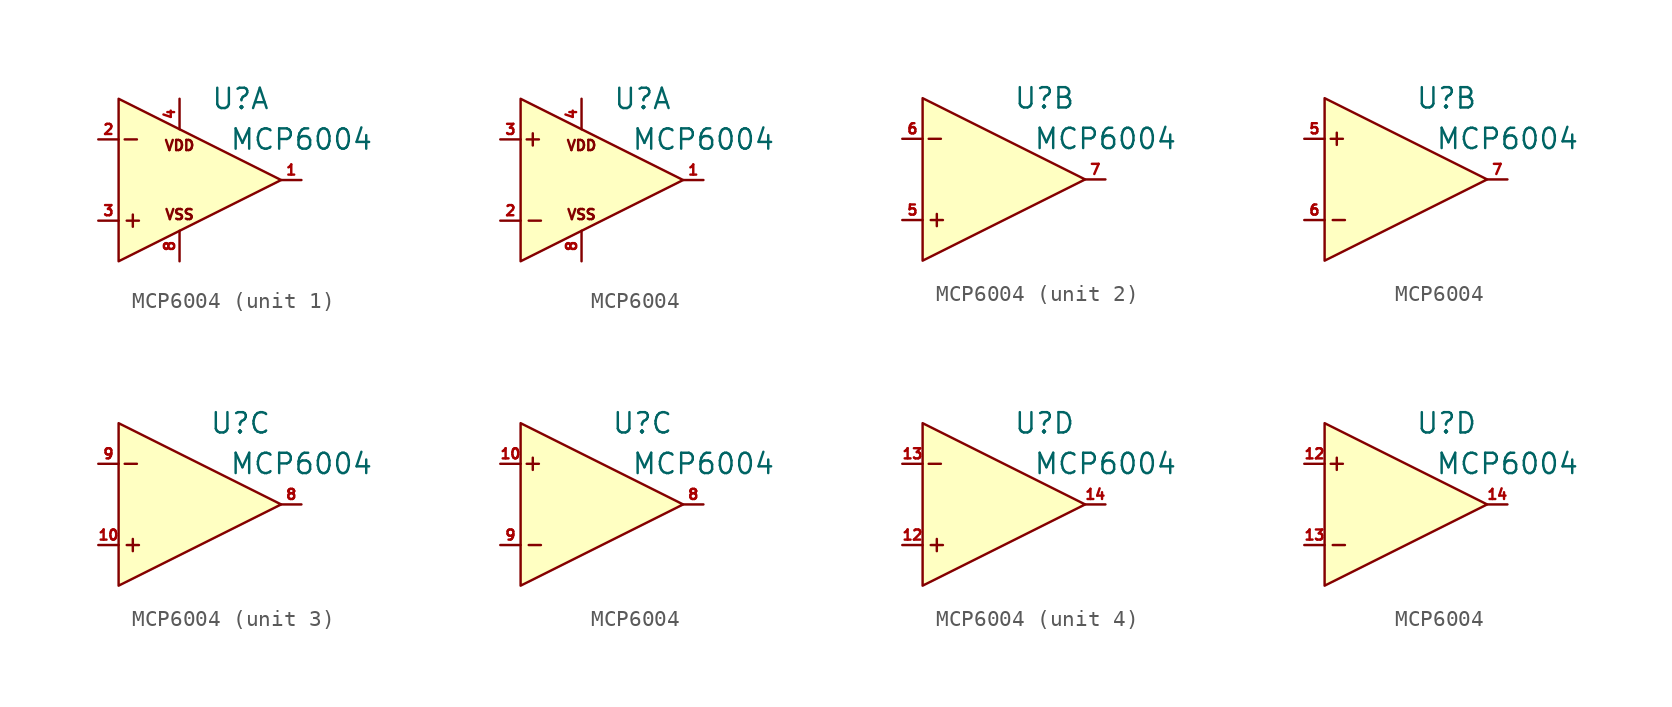
<source format=kicad_sym>
(kicad_symbol_lib
  (version 20231120)
  (generator "kicad_symbol_editor")
  (generator_version "8.0")
  (symbol "MCP6004"
    (pin_names
      (offset 0) hide)
    (property "Reference" "U"
      (at 3.81 5.08 0)
      (effects (font (size 1.27 1.27))))
    (property "Value" "MCP6004"
      (at 7.62 2.54 0)
      (effects (font (size 1.27 1.27))))
    (property "ki_locked" ""
      (at 0 0 0)
      (effects (font (size 1.27 1.27))))
    (symbol "MCP6004_0_0"
      (polyline (pts (xy -3.429 2.54) (xy -2.667 2.54)) (stroke (width 0) (type default)) (fill (type none)))
      (polyline (pts (xy -3.302 -2.54) (xy -2.54 -2.54)) (stroke (width 0) (type default)) (fill (type none)))
      (polyline (pts (xy -3.81 5.08) (xy -3.81 -5.08) (xy 6.35 0) (xy -3.81 5.08)) (stroke (width 0) (type default)) (fill (type background))))
    (symbol "MCP6004_0_1"
      (polyline (pts (xy -2.921 -2.159) (xy -2.921 -2.921)) (stroke (width 0) (type default)) (fill (type none))))
    (symbol "MCP6004_0_2"
      (polyline (pts (xy -3.048 2.159) (xy -3.048 2.921)) (stroke (width 0) (type default)) (fill (type none))))
    (symbol "MCP6004_1_0"
      (text "VDD" (at 0 2.159 0) (effects (font (size 0.635 0.635))))
      (text "VSS" (at 0 -2.159 0) (effects (font (size 0.635 0.635)))))
    (symbol "MCP6004_1_1"
      (pin passive line (at 7.62 0 180) (length 1.27) (name "" (effects (font (size 1.27 1.27)))) (number "1" (effects (font (size 0.635 0.635)))))
      (pin passive line (at -5.08 2.54 0) (length 1.27) (name "" (effects (font (size 1.27 1.27)))) (number "2" (effects (font (size 0.635 0.635)))))
      (pin passive line (at -5.08 -2.54 0) (length 1.27) (name "" (effects (font (size 1.27 1.27)))) (number "3" (effects (font (size 0.635 0.635)))))
      (pin power_in line (at 0 5.08 270) (length 1.905) (name "VDD" (effects (font (size 1.27 1.27)))) (number "4" (effects (font (size 0.635 0.635)))))
      (pin power_in line (at 0 -5.08 90) (length 1.905) (name "VSS" (effects (font (size 1.27 1.27)))) (number "8" (effects (font (size 0.635 0.635))))))
    (symbol "MCP6004_1_2"
      (pin passive line (at 7.62 0 180) (length 1.27) (name "" (effects (font (size 1.27 1.27)))) (number "1" (effects (font (size 0.635 0.635)))))
      (pin passive line (at -5.08 -2.54 0) (length 1.27) (name "" (effects (font (size 1.27 1.27)))) (number "2" (effects (font (size 0.635 0.635)))))
      (pin passive line (at -5.08 2.54 0) (length 1.27) (name "" (effects (font (size 1.27 1.27)))) (number "3" (effects (font (size 0.635 0.635)))))
      (pin power_in line (at 0 5.08 270) (length 1.905) (name "VDD" (effects (font (size 1.27 1.27)))) (number "4" (effects (font (size 0.635 0.635)))))
      (pin power_in line (at 0 -5.08 90) (length 1.905) (name "VSS" (effects (font (size 1.27 1.27)))) (number "8" (effects (font (size 0.635 0.635))))))
    (symbol "MCP6004_2_1"
      (pin passive line (at -5.08 -2.54 0) (length 1.27) (name "" (effects (font (size 1.27 1.27)))) (number "5" (effects (font (size 0.635 0.635)))))
      (pin passive line (at -5.08 2.54 0) (length 1.27) (name "" (effects (font (size 1.27 1.27)))) (number "6" (effects (font (size 0.635 0.635)))))
      (pin passive line (at 7.62 0 180) (length 1.27) (name "" (effects (font (size 1.27 1.27)))) (number "7" (effects (font (size 0.635 0.635))))))
    (symbol "MCP6004_2_2"
      (pin passive line (at -5.08 2.54 0) (length 1.27) (name "" (effects (font (size 1.27 1.27)))) (number "5" (effects (font (size 0.635 0.635)))))
      (pin passive line (at -5.08 -2.54 0) (length 1.27) (name "" (effects (font (size 1.27 1.27)))) (number "6" (effects (font (size 0.635 0.635)))))
      (pin passive line (at 7.62 0 180) (length 1.27) (name "" (effects (font (size 1.27 1.27)))) (number "7" (effects (font (size 0.635 0.635))))))
    (symbol "MCP6004_3_1"
      (pin passive line (at -5.08 -2.54 0) (length 1.27) (name "" (effects (font (size 1.27 1.27)))) (number "10" (effects (font (size 0.635 0.635)))))
      (pin passive line (at 7.62 0 180) (length 1.27) (name "" (effects (font (size 1.27 1.27)))) (number "8" (effects (font (size 0.635 0.635)))))
      (pin passive line (at -5.08 2.54 0) (length 1.27) (name "" (effects (font (size 1.27 1.27)))) (number "9" (effects (font (size 0.635 0.635))))))
    (symbol "MCP6004_3_2"
      (pin passive line (at -5.08 2.54 0) (length 1.27) (name "" (effects (font (size 1.27 1.27)))) (number "10" (effects (font (size 0.635 0.635)))))
      (pin passive line (at 7.62 0 180) (length 1.27) (name "" (effects (font (size 1.27 1.27)))) (number "8" (effects (font (size 0.635 0.635)))))
      (pin passive line (at -5.08 -2.54 0) (length 1.27) (name "" (effects (font (size 1.27 1.27)))) (number "9" (effects (font (size 0.635 0.635))))))
    (symbol "MCP6004_4_1"
      (pin passive line (at -5.08 -2.54 0) (length 1.27) (name "" (effects (font (size 1.27 1.27)))) (number "12" (effects (font (size 0.635 0.635)))))
      (pin passive line (at -5.08 2.54 0) (length 1.27) (name "" (effects (font (size 1.27 1.27)))) (number "13" (effects (font (size 0.635 0.635)))))
      (pin passive line (at 7.62 0 180) (length 1.27) (name "" (effects (font (size 1.27 1.27)))) (number "14" (effects (font (size 0.635 0.635))))))
    (symbol "MCP6004_4_2"
      (pin passive line (at -5.08 2.54 0) (length 1.27) (name "" (effects (font (size 1.27 1.27)))) (number "12" (effects (font (size 0.635 0.635)))))
      (pin passive line (at -5.08 -2.54 0) (length 1.27) (name "" (effects (font (size 1.27 1.27)))) (number "13" (effects (font (size 0.635 0.635)))))
      (pin passive line (at 7.62 0 180) (length 1.27) (name "" (effects (font (size 1.27 1.27)))) (number "14" (effects (font (size 0.635 0.635))))))))
</source>
